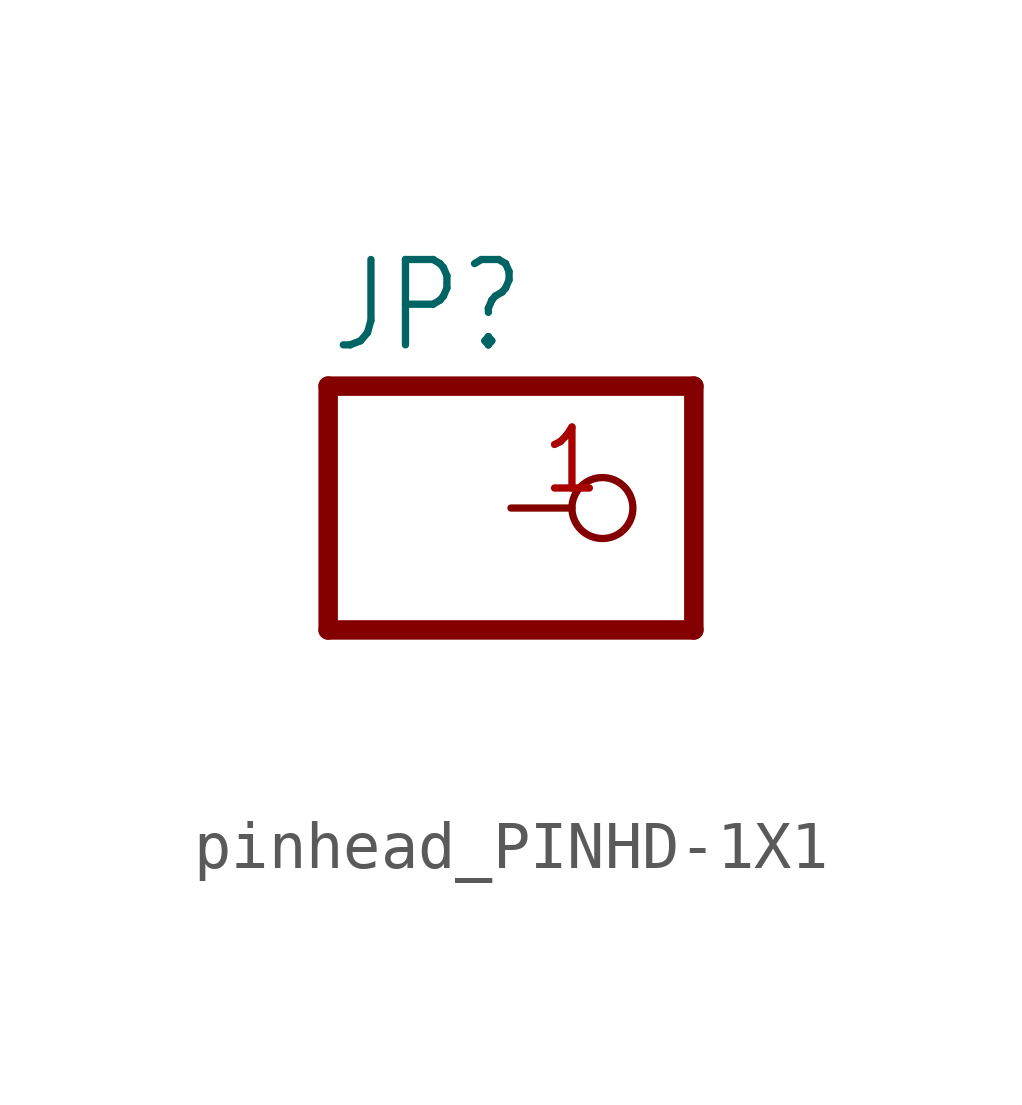
<source format=kicad_sym>
(kicad_symbol_lib
  (version 20231120)
  (generator "kicad_symbol_editor")
  (generator_version "8.0")
  (symbol "pinhead_PINHD-1X1"
    (property "Reference" "JP"
      (at -6.35 3.175 0)
      (effects (font (size 1.778 1.511)) (justify left bottom)))
    (property "Value" ""
      (at -6.35 -5.08 0)
      (effects (font (size 1.778 1.511)) (justify left bottom)))
    (property "ki_locked" ""
      (at 0 0 0)
      (effects (font (size 1.27 1.27))))
    (symbol "pinhead_PINHD-1X1_1_0"
      (polyline (pts (xy -6.35 -2.54) (xy 1.27 -2.54)) (stroke (width 0.406) (type solid)) (fill (type none)))
      (polyline (pts (xy -6.35 2.54) (xy -6.35 -2.54)) (stroke (width 0.406) (type solid)) (fill (type none)))
      (polyline (pts (xy 1.27 -2.54) (xy 1.27 2.54)) (stroke (width 0.406) (type solid)) (fill (type none)))
      (polyline (pts (xy 1.27 2.54) (xy -6.35 2.54)) (stroke (width 0.406) (type solid)) (fill (type none)))
      (pin passive inverted (at -2.54 0 0) (length 2.54) (name "1" (effects (font (size 0 0)))) (number "1" (effects (font (size 1.27 1.27))))))))
</source>
